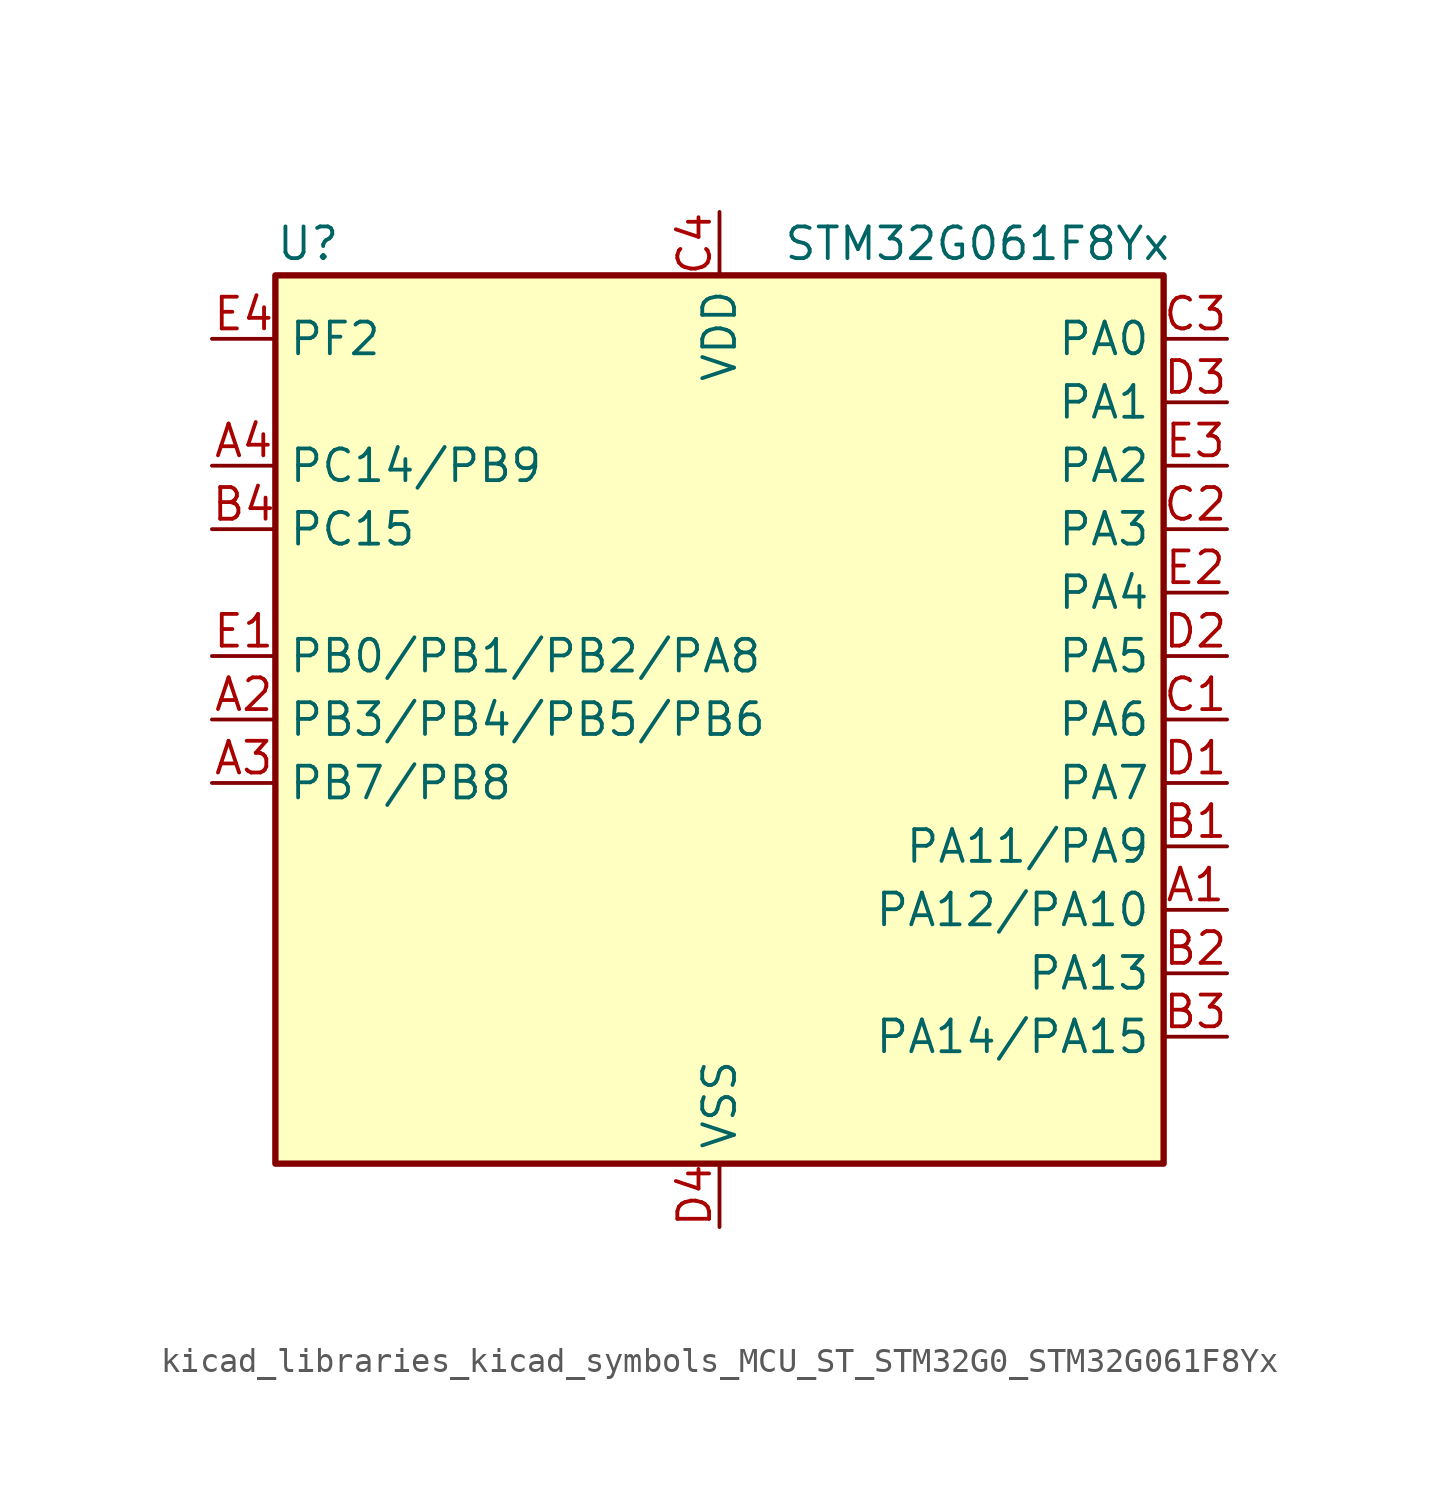
<source format=kicad_sym>
(kicad_symbol_lib
  (version 20220914)
  (generator kicad_symbol_editor)
  (symbol "kicad_libraries_kicad_symbols_MCU_ST_STM32G0_STM32G061F8Yx"
    (property "Reference" "U"
      (at -17.78 19.05 0)
      (effects (font (size 1.27 1.27)) (justify left)))
    (property "Value" "STM32G061F8Yx"
      (at 2.54 19.05 0)
      (effects (font (size 1.27 1.27)) (justify left)))
    (property "ki_locked" ""
      (at 0 0 0)
      (effects (font (size 1.27 1.27))))
    (symbol "kicad_libraries_kicad_symbols_MCU_ST_STM32G0_STM32G061F8Yx_0_1"
      (rectangle (start -17.78 -17.78) (end 17.78 17.78) (stroke (width 0.254) (type default)) (fill (type background))))
    (symbol "kicad_libraries_kicad_symbols_MCU_ST_STM32G0_STM32G061F8Yx_1_1"
      (pin bidirectional line (at 20.32 -7.62 180) (length 2.54) (name "PA12/PA10" (effects (font (size 1.27 1.27)))) (number "A1" (effects (font (size 1.27 1.27)))) (alternate "ADC1_IN16" bidirectional line) (alternate "COMP2_OUT" bidirectional line) (alternate "I2C2_SDA" bidirectional line) (alternate "I2S1_SD" bidirectional line) (alternate "I2S_CKIN" bidirectional line) (alternate "SPI1_MOSI" bidirectional line) (alternate "TIM1_ETR" bidirectional line) (alternate "USART1_CK" bidirectional line) (alternate "USART1_DE" bidirectional line) (alternate "USART1_RTS" bidirectional line))
      (pin bidirectional line (at -20.32 0 0) (length 2.54) (name "PB3/PB4/PB5/PB6" (effects (font (size 1.27 1.27)))) (number "A2" (effects (font (size 1.27 1.27)))) (alternate "COMP2_INM" bidirectional line) (alternate "I2S1_CK" bidirectional line) (alternate "SPI1_SCK" bidirectional line) (alternate "TIM1_CH2" bidirectional line) (alternate "TIM2_CH2" bidirectional line) (alternate "USART1_CK" bidirectional line) (alternate "USART1_DE" bidirectional line) (alternate "USART1_RTS" bidirectional line))
      (pin bidirectional line (at -20.32 -2.54 0) (length 2.54) (name "PB7/PB8" (effects (font (size 1.27 1.27)))) (number "A3" (effects (font (size 1.27 1.27)))) (alternate "ADC1_IN11" bidirectional line) (alternate "COMP2_INM" bidirectional line) (alternate "I2C1_SDA" bidirectional line) (alternate "LPTIM1_IN2" bidirectional line) (alternate "SPI2_MOSI" bidirectional line) (alternate "SYS_PVD_IN" bidirectional line) (alternate "TIM17_CH1N" bidirectional line) (alternate "USART1_RX" bidirectional line))
      (pin bidirectional line (at -20.32 10.16 0) (length 2.54) (name "PC14/PB9" (effects (font (size 1.27 1.27)))) (number "A4" (effects (font (size 1.27 1.27)))) (alternate "RCC_OSC32_IN" bidirectional line) (alternate "RCC_OSC_IN" bidirectional line) (alternate "TIM1_BK2" bidirectional line))
      (pin bidirectional line (at 20.32 -5.08 180) (length 2.54) (name "PA11/PA9" (effects (font (size 1.27 1.27)))) (number "B1" (effects (font (size 1.27 1.27)))) (alternate "ADC1_EXTI11" bidirectional line) (alternate "ADC1_IN15" bidirectional line) (alternate "COMP1_OUT" bidirectional line) (alternate "I2C2_SCL" bidirectional line) (alternate "I2S1_MCK" bidirectional line) (alternate "SPI1_MISO" bidirectional line) (alternate "TIM1_BK2" bidirectional line) (alternate "TIM1_CH4" bidirectional line) (alternate "USART1_CTS" bidirectional line) (alternate "USART1_NSS" bidirectional line))
      (pin bidirectional line (at 20.32 -10.16 180) (length 2.54) (name "PA13" (effects (font (size 1.27 1.27)))) (number "B2" (effects (font (size 1.27 1.27)))) (alternate "ADC1_IN17" bidirectional line) (alternate "IR_OUT" bidirectional line) (alternate "SYS_SWDIO" bidirectional line))
      (pin bidirectional line (at 20.32 -12.7 180) (length 2.54) (name "PA14/PA15" (effects (font (size 1.27 1.27)))) (number "B3" (effects (font (size 1.27 1.27)))) (alternate "ADC1_IN18" bidirectional line) (alternate "SYS_SWCLK" bidirectional line) (alternate "USART2_TX" bidirectional line))
      (pin bidirectional line (at -20.32 7.62 0) (length 2.54) (name "PC15" (effects (font (size 1.27 1.27)))) (number "B4" (effects (font (size 1.27 1.27)))) (alternate "RCC_OSC32_EN" bidirectional line) (alternate "RCC_OSC32_OUT" bidirectional line) (alternate "RCC_OSC_EN" bidirectional line) (alternate "TIM15_BK" bidirectional line))
      (pin bidirectional line (at 20.32 0 180) (length 2.54) (name "PA6" (effects (font (size 1.27 1.27)))) (number "C1" (effects (font (size 1.27 1.27)))) (alternate "ADC1_IN6" bidirectional line) (alternate "COMP1_OUT" bidirectional line) (alternate "I2S1_MCK" bidirectional line) (alternate "LPUART1_CTS" bidirectional line) (alternate "SPI1_MISO" bidirectional line) (alternate "TIM16_CH1" bidirectional line) (alternate "TIM1_BK" bidirectional line) (alternate "TIM3_CH1" bidirectional line))
      (pin bidirectional line (at 20.32 7.62 180) (length 2.54) (name "PA3" (effects (font (size 1.27 1.27)))) (number "C2" (effects (font (size 1.27 1.27)))) (alternate "ADC1_IN3" bidirectional line) (alternate "COMP2_INP" bidirectional line) (alternate "LPUART1_RX" bidirectional line) (alternate "SPI2_MISO" bidirectional line) (alternate "TIM15_CH2" bidirectional line) (alternate "TIM2_CH4" bidirectional line) (alternate "USART2_RX" bidirectional line))
      (pin bidirectional line (at 20.32 15.24 180) (length 2.54) (name "PA0" (effects (font (size 1.27 1.27)))) (number "C3" (effects (font (size 1.27 1.27)))) (alternate "ADC1_IN0" bidirectional line) (alternate "COMP1_INM" bidirectional line) (alternate "COMP1_OUT" bidirectional line) (alternate "LPTIM1_OUT" bidirectional line) (alternate "RTC_TAMP_IN2" bidirectional line) (alternate "SPI2_SCK" bidirectional line) (alternate "SYS_WKUP1" bidirectional line) (alternate "TIM2_CH1" bidirectional line) (alternate "TIM2_ETR" bidirectional line) (alternate "USART2_CTS" bidirectional line) (alternate "USART2_NSS" bidirectional line))
      (pin power_in line (at 0 20.32 270) (length 2.54) (name "VDD" (effects (font (size 1.27 1.27)))) (number "C4" (effects (font (size 1.27 1.27)))))
      (pin bidirectional line (at 20.32 -2.54 180) (length 2.54) (name "PA7" (effects (font (size 1.27 1.27)))) (number "D1" (effects (font (size 1.27 1.27)))) (alternate "ADC1_IN7" bidirectional line) (alternate "COMP2_OUT" bidirectional line) (alternate "I2S1_SD" bidirectional line) (alternate "SPI1_MOSI" bidirectional line) (alternate "TIM14_CH1" bidirectional line) (alternate "TIM17_CH1" bidirectional line) (alternate "TIM1_CH1N" bidirectional line) (alternate "TIM3_CH2" bidirectional line))
      (pin bidirectional line (at 20.32 2.54 180) (length 2.54) (name "PA5" (effects (font (size 1.27 1.27)))) (number "D2" (effects (font (size 1.27 1.27)))) (alternate "ADC1_IN5" bidirectional line) (alternate "DAC1_OUT2" bidirectional line) (alternate "I2S1_CK" bidirectional line) (alternate "LPTIM2_ETR" bidirectional line) (alternate "SPI1_SCK" bidirectional line) (alternate "TIM2_CH1" bidirectional line) (alternate "TIM2_ETR" bidirectional line))
      (pin bidirectional line (at 20.32 12.7 180) (length 2.54) (name "PA1" (effects (font (size 1.27 1.27)))) (number "D3" (effects (font (size 1.27 1.27)))) (alternate "ADC1_IN1" bidirectional line) (alternate "COMP1_INP" bidirectional line) (alternate "I2C1_SMBA" bidirectional line) (alternate "I2S1_CK" bidirectional line) (alternate "SPI1_SCK" bidirectional line) (alternate "TIM15_CH1N" bidirectional line) (alternate "TIM2_CH2" bidirectional line) (alternate "USART2_CK" bidirectional line) (alternate "USART2_DE" bidirectional line) (alternate "USART2_RTS" bidirectional line))
      (pin power_in line (at 0 -20.32 90) (length 2.54) (name "VSS" (effects (font (size 1.27 1.27)))) (number "D4" (effects (font (size 1.27 1.27)))))
      (pin bidirectional line (at -20.32 2.54 0) (length 2.54) (name "PB0/PB1/PB2/PA8" (effects (font (size 1.27 1.27)))) (number "E1" (effects (font (size 1.27 1.27)))) (alternate "ADC1_IN8" bidirectional line) (alternate "COMP1_OUT" bidirectional line) (alternate "I2S1_WS" bidirectional line) (alternate "LPTIM1_OUT" bidirectional line) (alternate "SPI1_NSS" bidirectional line) (alternate "TIM1_CH2N" bidirectional line) (alternate "TIM3_CH3" bidirectional line))
      (pin bidirectional line (at 20.32 5.08 180) (length 2.54) (name "PA4" (effects (font (size 1.27 1.27)))) (number "E2" (effects (font (size 1.27 1.27)))) (alternate "ADC1_IN4" bidirectional line) (alternate "DAC1_OUT1" bidirectional line) (alternate "I2S1_WS" bidirectional line) (alternate "LPTIM2_OUT" bidirectional line) (alternate "RTC_OUT1" bidirectional line) (alternate "RTC_TAMP_IN1" bidirectional line) (alternate "RTC_TS" bidirectional line) (alternate "SPI1_NSS" bidirectional line) (alternate "SPI2_MOSI" bidirectional line) (alternate "SYS_WKUP2" bidirectional line) (alternate "TIM14_CH1" bidirectional line))
      (pin bidirectional line (at 20.32 10.16 180) (length 2.54) (name "PA2" (effects (font (size 1.27 1.27)))) (number "E3" (effects (font (size 1.27 1.27)))) (alternate "ADC1_IN2" bidirectional line) (alternate "COMP2_INM" bidirectional line) (alternate "COMP2_OUT" bidirectional line) (alternate "I2S1_SD" bidirectional line) (alternate "LPUART1_TX" bidirectional line) (alternate "RCC_LSCO" bidirectional line) (alternate "SPI1_MOSI" bidirectional line) (alternate "SYS_WKUP4" bidirectional line) (alternate "TIM15_CH1" bidirectional line) (alternate "TIM2_CH3" bidirectional line) (alternate "USART2_TX" bidirectional line))
      (pin bidirectional line (at -20.32 15.24 0) (length 2.54) (name "PF2" (effects (font (size 1.27 1.27)))) (number "E4" (effects (font (size 1.27 1.27)))) (alternate "RCC_MCO" bidirectional line)))))
</source>
